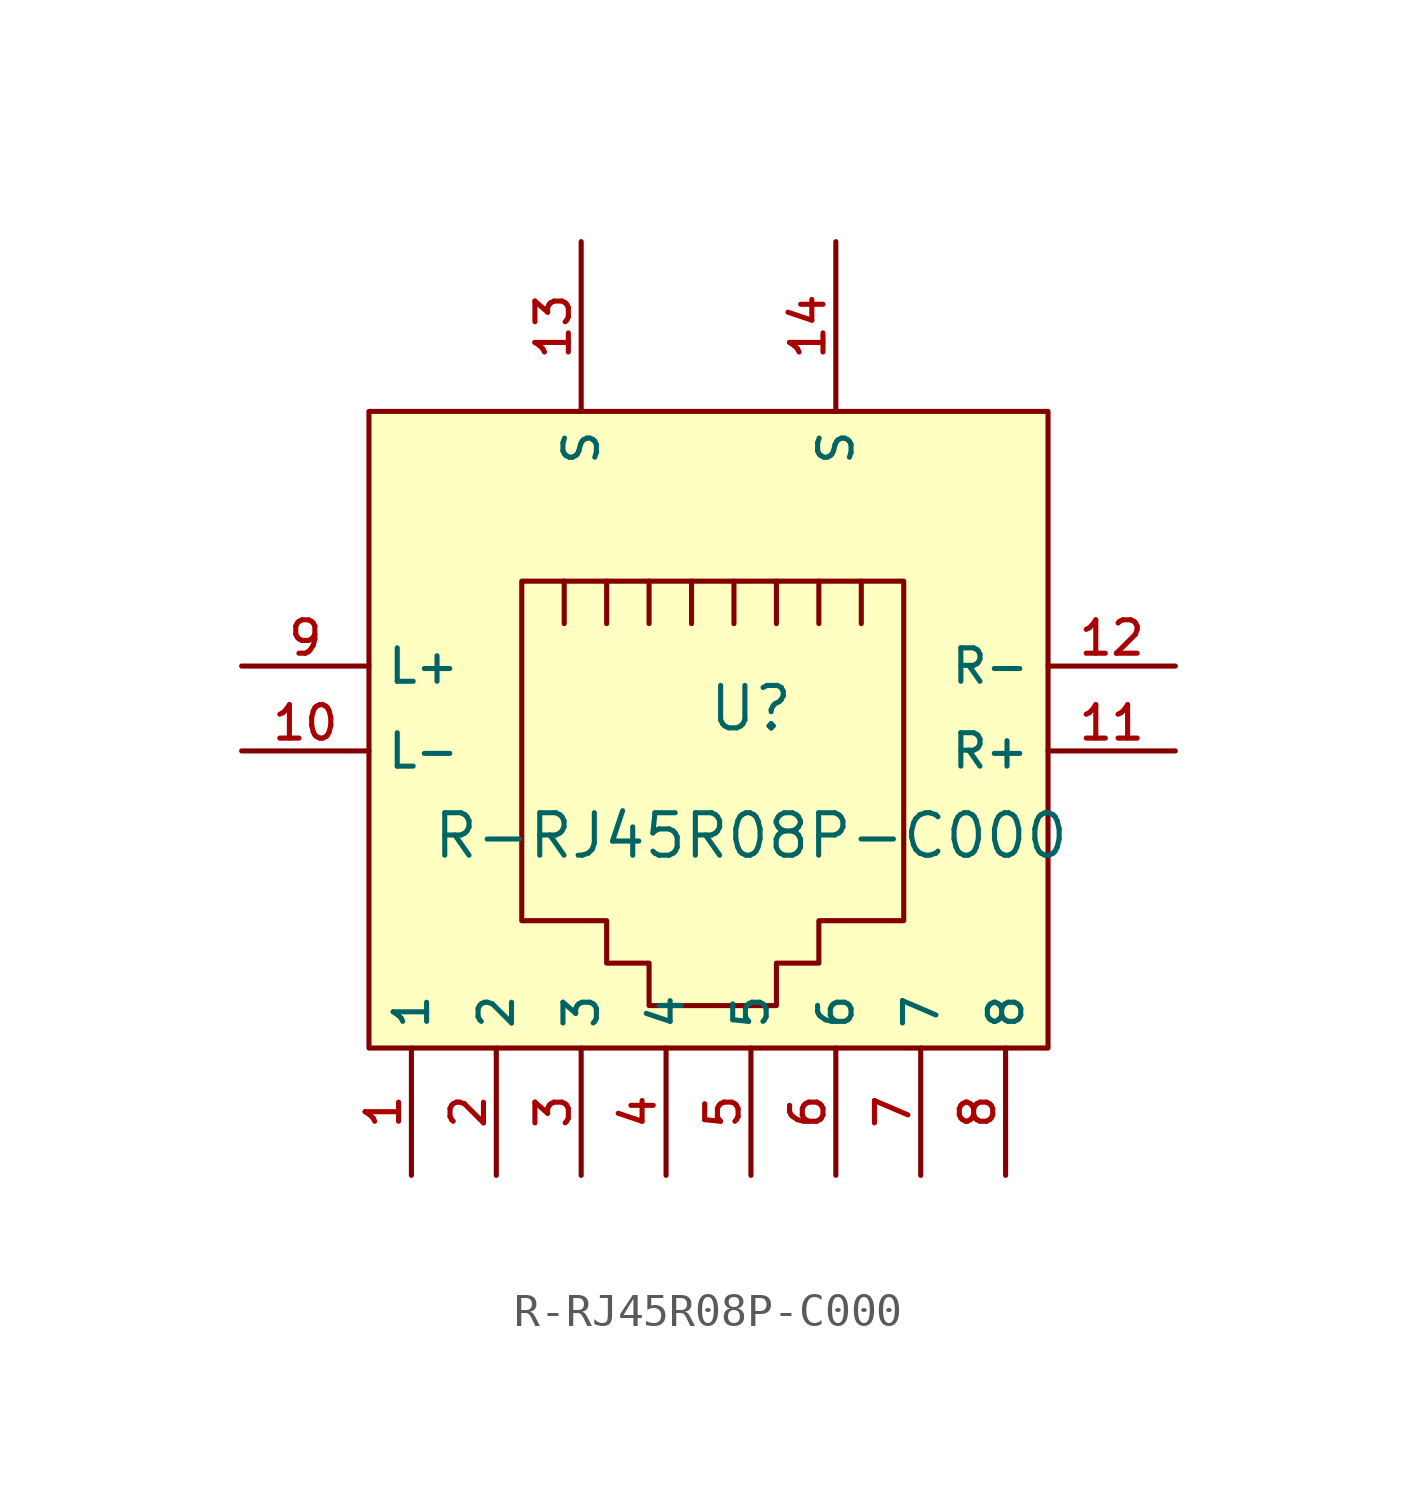
<source format=kicad_sym>
(kicad_symbol_lib
  (version 20210201)
  (generator TousstNicolas/JLC2KiCad_lib)
  (symbol "R-RJ45R08P-C000"
    (property "Reference" "U"
      (at 0 1.27 0)
      (effects (font (size 1.27 1.27))))
    (property "Value" "R-RJ45R08P-C000"
      (at 0 -2.54 0)
      (effects (font (size 1.27 1.27))))
    (symbol "R-RJ45R08P-C000_0_1"
      (rectangle (start -11.43 10.16) (end 8.89 -8.89) (stroke (width 0) (type default) (color 0 0 0 0)) (fill (type background)))
      (polyline (pts (xy -5.588 3.81) (xy -5.588 5.08) (xy -5.588 5.08)) (stroke (width 0) (type default) (color 0 0 0 0)) (fill (type none)))
      (polyline (pts (xy -4.318 5.08) (xy -4.318 3.81) (xy -4.318 3.81)) (stroke (width 0) (type default) (color 0 0 0 0)) (fill (type none)))
      (polyline (pts (xy -3.048 5.08) (xy -3.048 3.81) (xy -3.048 3.81)) (stroke (width 0) (type default) (color 0 0 0 0)) (fill (type none)))
      (polyline (pts (xy -1.778 5.08) (xy -1.778 3.81) (xy -1.778 3.81)) (stroke (width 0) (type default) (color 0 0 0 0)) (fill (type none)))
      (polyline (pts (xy -0.508 5.08) (xy -0.508 3.81) (xy -0.508 3.81)) (stroke (width 0) (type default) (color 0 0 0 0)) (fill (type none)))
      (polyline (pts (xy 0.762 5.08) (xy 0.762 3.81) (xy 0.762 3.81)) (stroke (width 0) (type default) (color 0 0 0 0)) (fill (type none)))
      (polyline (pts (xy 2.032 3.81) (xy 2.032 5.08) (xy 2.032 5.08)) (stroke (width 0) (type default) (color 0 0 0 0)) (fill (type none)))
      (polyline (pts (xy 3.302 3.81) (xy 3.302 5.08) (xy 3.302 5.08)) (stroke (width 0) (type default) (color 0 0 0 0)) (fill (type none)))
      (polyline (pts (xy -6.858 5.08) (xy 4.572 5.08) (xy 4.572 -5.08) (xy 2.032 -5.08) (xy 2.032 -6.35) (xy 0.762 -6.35) (xy 0.762 -7.62) (xy -3.048 -7.62) (xy -3.048 -6.35) (xy -4.318 -6.35) (xy -4.318 -5.08) (xy -6.858 -5.08) (xy -6.858 5.08) (xy -6.858 5.08)) (stroke (width 0) (type default) (color 0 0 0 0)) (fill (type none)))
      (pin unspecified line (at -10.16 -12.7 90) (length 3.81) (name "1" (effects (font (size 1 1)))) (number "1" (effects (font (size 1 1)))))
      (pin unspecified line (at -7.62 -12.7 90) (length 3.81) (name "2" (effects (font (size 1 1)))) (number "2" (effects (font (size 1 1)))))
      (pin unspecified line (at -5.08 -12.7 90) (length 3.81) (name "3" (effects (font (size 1 1)))) (number "3" (effects (font (size 1 1)))))
      (pin unspecified line (at -2.54 -12.7 90) (length 3.81) (name "4" (effects (font (size 1 1)))) (number "4" (effects (font (size 1 1)))))
      (pin unspecified line (at 0.0 -12.7 90) (length 3.81) (name "5" (effects (font (size 1 1)))) (number "5" (effects (font (size 1 1)))))
      (pin unspecified line (at 2.54 -12.7 90) (length 3.81) (name "6" (effects (font (size 1 1)))) (number "6" (effects (font (size 1 1)))))
      (pin unspecified line (at 5.08 -12.7 90) (length 3.81) (name "7" (effects (font (size 1 1)))) (number "7" (effects (font (size 1 1)))))
      (pin unspecified line (at 7.62 -12.7 90) (length 3.81) (name "8" (effects (font (size 1 1)))) (number "8" (effects (font (size 1 1)))))
      (pin unspecified line (at -15.24 2.54 0) (length 3.81) (name "L+" (effects (font (size 1 1)))) (number "9" (effects (font (size 1 1)))))
      (pin unspecified line (at -15.24 -0.0 0) (length 3.81) (name "L-" (effects (font (size 1 1)))) (number "10" (effects (font (size 1 1)))))
      (pin unspecified line (at 12.7 -0.0 180) (length 3.81) (name "R+" (effects (font (size 1 1)))) (number "11" (effects (font (size 1 1)))))
      (pin unspecified line (at 12.7 2.54 180) (length 3.81) (name "R-" (effects (font (size 1 1)))) (number "12" (effects (font (size 1 1)))))
      (pin unspecified line (at -5.08 15.24 270) (length 5.08) (name "S" (effects (font (size 1 1)))) (number "13" (effects (font (size 1 1)))))
      (pin unspecified line (at 2.54 15.24 270) (length 5.08) (name "S" (effects (font (size 1 1)))) (number "14" (effects (font (size 1 1))))))))
</source>
